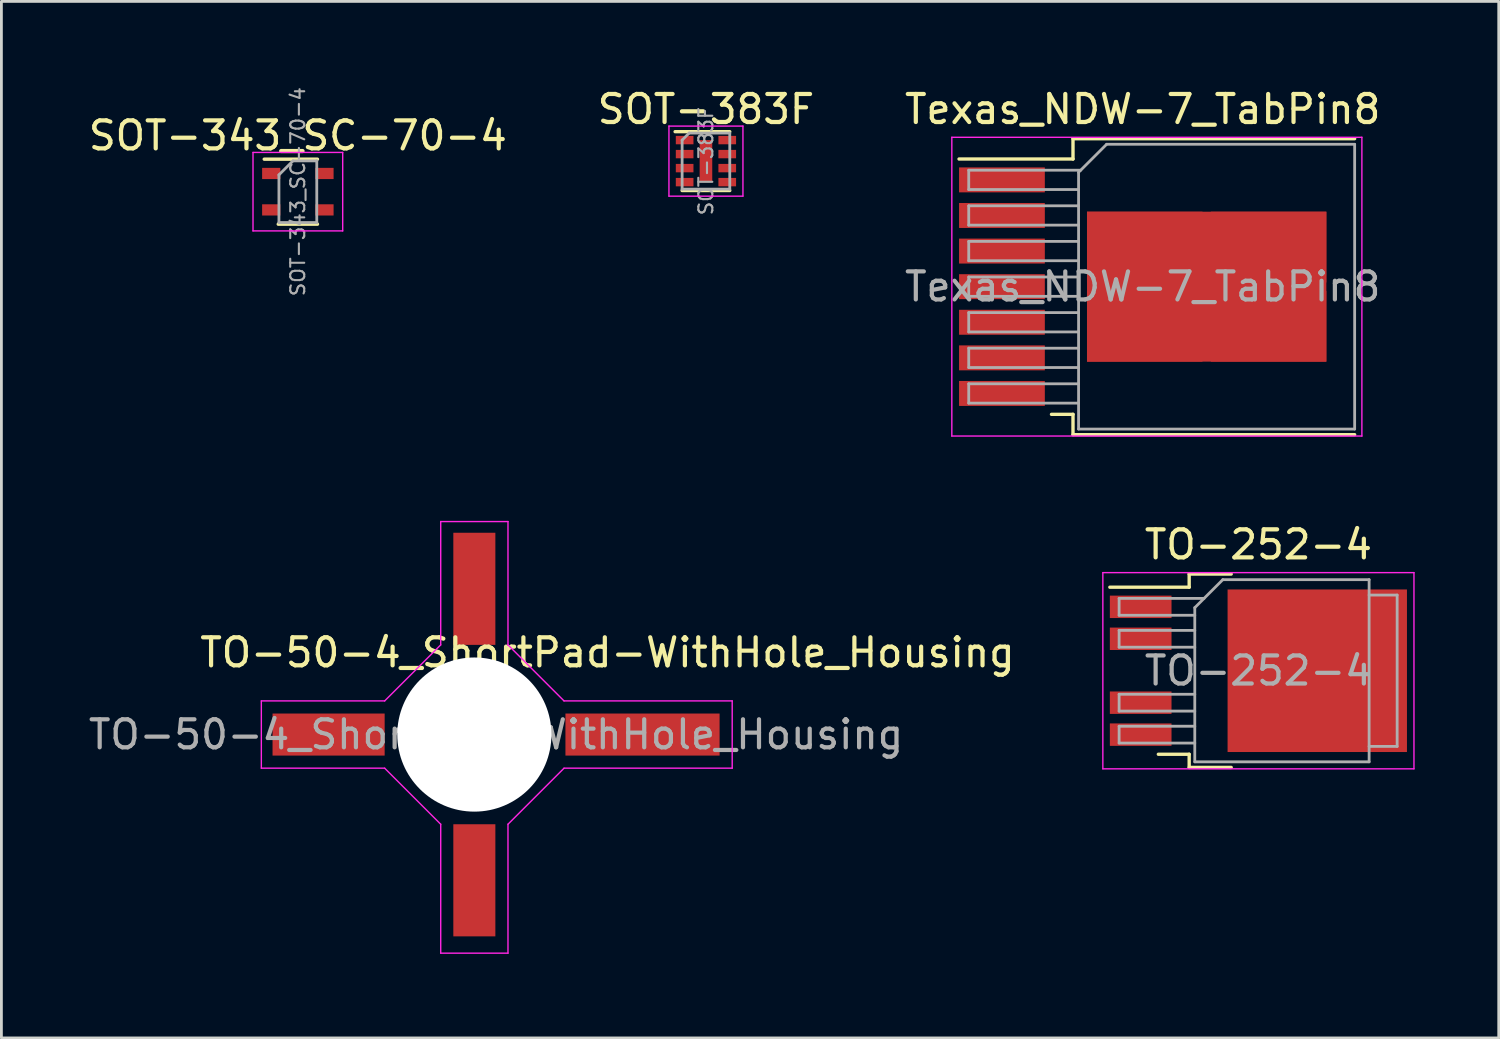
<source format=kicad_pcb>
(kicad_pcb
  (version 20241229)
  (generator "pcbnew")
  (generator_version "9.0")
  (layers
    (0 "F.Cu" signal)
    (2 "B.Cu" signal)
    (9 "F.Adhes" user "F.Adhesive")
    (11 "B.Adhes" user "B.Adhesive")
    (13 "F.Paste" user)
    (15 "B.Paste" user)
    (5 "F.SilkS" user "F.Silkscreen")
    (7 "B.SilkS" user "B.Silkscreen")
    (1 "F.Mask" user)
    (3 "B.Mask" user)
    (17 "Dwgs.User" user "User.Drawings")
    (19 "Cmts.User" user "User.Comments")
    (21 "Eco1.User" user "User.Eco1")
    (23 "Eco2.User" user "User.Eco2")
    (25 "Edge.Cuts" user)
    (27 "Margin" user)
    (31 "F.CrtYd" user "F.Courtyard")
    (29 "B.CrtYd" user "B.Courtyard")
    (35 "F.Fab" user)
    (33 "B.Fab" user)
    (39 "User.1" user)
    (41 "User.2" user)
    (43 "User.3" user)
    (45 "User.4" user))
  (footprint "TO-50-4_ShortPad-WithHole_Housing"
    (layer "F.Cu")
    (at 14.274 23.158)
    (property "Reference" "TO-50-4_ShortPad-WithHole_Housing" (at 4.35 -2.925 0) (layer "F.SilkS") (effects (font (size 1 1) (thickness 0.15))))
    (attr smd)
    (fp_line (start -8 -1.2) (end -3.6 -1.2) (stroke (width 0.05) (type solid)) (layer "F.CrtYd"))
    (fp_line (start -8 1.2) (end -8 -1.2) (stroke (width 0.05) (type solid)) (layer "F.CrtYd"))
    (fp_line (start -3.6 -1.2) (end -1.6 -3.2) (stroke (width 0.05) (type solid)) (layer "F.CrtYd"))
    (fp_line (start -3.6 1.2) (end -8 1.2) (stroke (width 0.05) (type solid)) (layer "F.CrtYd"))
    (fp_line (start -1.6 -7.6) (end 0.8 -7.6) (stroke (width 0.05) (type solid)) (layer "F.CrtYd"))
    (fp_line (start -1.6 -3.2) (end -1.6 -7.6) (stroke (width 0.05) (type solid)) (layer "F.CrtYd"))
    (fp_line (start -1.6 3.2) (end -3.6 1.2) (stroke (width 0.05) (type solid)) (layer "F.CrtYd"))
    (fp_line (start -1.6 7.8) (end -1.6 3.2) (stroke (width 0.05) (type solid)) (layer "F.CrtYd"))
    (fp_line (start 0.8 -7.6) (end 0.8 -3.2) (stroke (width 0.05) (type solid)) (layer "F.CrtYd"))
    (fp_line (start 0.8 -3.2) (end 2.8 -1.2) (stroke (width 0.05) (type solid)) (layer "F.CrtYd"))
    (fp_line (start 0.8 3.2) (end 0.8 7.8) (stroke (width 0.05) (type solid)) (layer "F.CrtYd"))
    (fp_line (start 0.8 7.8) (end -1.6 7.8) (stroke (width 0.05) (type solid)) (layer "F.CrtYd"))
    (fp_line (start 2.8 -1.2) (end 8.8 -1.2) (stroke (width 0.05) (type solid)) (layer "F.CrtYd"))
    (fp_line (start 2.8 1.2) (end 0.8 3.2) (stroke (width 0.05) (type solid)) (layer "F.CrtYd"))
    (fp_line (start 8.8 -1.2) (end 8.8 1.2) (stroke (width 0.05) (type solid)) (layer "F.CrtYd"))
    (fp_line (start 8.8 1.2) (end 2.8 1.2) (stroke (width 0.05) (type solid)) (layer "F.CrtYd"))
    (fp_circle (center -0.4 0) (end -0.35 -2.55) (stroke (width 0.1) (type solid)) (fill no) (layer "F.Fab"))
    (fp_text user "${REFERENCE}" (at 0.375 0 0) (layer "F.Fab") (effects (font (size 1 1) (thickness 0.15))))
    (pad "" np_thru_hole circle (at -0.4 0 270) (size 5.5 5.5) (drill 5.5) (layers "*.Cu" "*.Mask"))
    (pad "1" smd rect (at -5.6 0 270) (size 1.5 4) (layers "F.Cu" "F.Mask" "F.Paste"))
    (pad "2" smd rect (at -0.4 5.2 270) (size 4 1.5) (layers "F.Cu" "F.Mask" "F.Paste"))
    (pad "3" smd rect (at 5.6 0 270) (size 1.5 5.5) (layers "F.Cu" "F.Mask" "F.Paste"))
    (pad "4" smd rect (at -0.4 -5.2 270) (size 4 1.5) (layers "F.Cu" "F.Mask" "F.Paste")))
  (footprint "TO-252-4"
    (layer "F.Cu")
    (at 41.848 20.881)
    (property "Reference" "TO-252-4" (at 0 -4.5 0) (layer "F.SilkS") (effects (font (size 1 1) (thickness 0.15))))
    (attr smd)
    (fp_line (start -2.47 -3.45) (end -2.47 -2.98) (stroke (width 0.12) (type solid)) (layer "F.SilkS"))
    (fp_line (start -2.47 -2.98) (end -5.3 -2.98) (stroke (width 0.12) (type solid)) (layer "F.SilkS"))
    (fp_line (start -2.47 2.98) (end -3.57 2.98) (stroke (width 0.12) (type solid)) (layer "F.SilkS"))
    (fp_line (start -2.47 3.45) (end -2.47 2.98) (stroke (width 0.12) (type solid)) (layer "F.SilkS"))
    (fp_line (start -0.97 -3.45) (end -2.47 -3.45) (stroke (width 0.12) (type solid)) (layer "F.SilkS"))
    (fp_line (start -0.97 3.45) (end -2.47 3.45) (stroke (width 0.12) (type solid)) (layer "F.SilkS"))
    (fp_line (start -5.55 -3.5) (end -5.55 3.5) (stroke (width 0.05) (type solid)) (layer "F.CrtYd"))
    (fp_line (start -5.55 3.5) (end 5.55 3.5) (stroke (width 0.05) (type solid)) (layer "F.CrtYd"))
    (fp_line (start 5.55 -3.5) (end -5.55 -3.5) (stroke (width 0.05) (type solid)) (layer "F.CrtYd"))
    (fp_line (start 5.55 3.5) (end 5.55 -3.5) (stroke (width 0.05) (type solid)) (layer "F.CrtYd"))
    (fp_line (start -4.97 -2.58) (end -4.97 -1.98) (stroke (width 0.1) (type solid)) (layer "F.Fab"))
    (fp_line (start -4.97 -1.98) (end -2.27 -1.98) (stroke (width 0.1) (type solid)) (layer "F.Fab"))
    (fp_line (start -4.97 -1.44) (end -4.97 -0.84) (stroke (width 0.1) (type solid)) (layer "F.Fab"))
    (fp_line (start -4.97 -0.84) (end -2.27 -0.84) (stroke (width 0.1) (type solid)) (layer "F.Fab"))
    (fp_line (start -4.97 0.84) (end -4.97 1.44) (stroke (width 0.1) (type solid)) (layer "F.Fab"))
    (fp_line (start -4.97 1.44) (end -2.27 1.44) (stroke (width 0.1) (type solid)) (layer "F.Fab"))
    (fp_line (start -4.97 1.98) (end -4.97 2.58) (stroke (width 0.1) (type solid)) (layer "F.Fab"))
    (fp_line (start -4.97 2.58) (end -2.27 2.58) (stroke (width 0.1) (type solid)) (layer "F.Fab"))
    (fp_line (start -2.27 -2.25) (end -1.27 -3.25) (stroke (width 0.1) (type solid)) (layer "F.Fab"))
    (fp_line (start -2.27 -1.44) (end -4.97 -1.44) (stroke (width 0.1) (type solid)) (layer "F.Fab"))
    (fp_line (start -2.27 0.84) (end -4.97 0.84) (stroke (width 0.1) (type solid)) (layer "F.Fab"))
    (fp_line (start -2.27 1.98) (end -4.97 1.98) (stroke (width 0.1) (type solid)) (layer "F.Fab"))
    (fp_line (start -2.27 3.25) (end -2.27 -2.25) (stroke (width 0.1) (type solid)) (layer "F.Fab"))
    (fp_line (start -1.94 -2.58) (end -4.97 -2.58) (stroke (width 0.1) (type solid)) (layer "F.Fab"))
    (fp_line (start -1.27 -3.25) (end 3.95 -3.25) (stroke (width 0.1) (type solid)) (layer "F.Fab"))
    (fp_line (start 3.95 -3.25) (end 3.95 3.25) (stroke (width 0.1) (type solid)) (layer "F.Fab"))
    (fp_line (start 3.95 -2.7) (end 4.95 -2.7) (stroke (width 0.1) (type solid)) (layer "F.Fab"))
    (fp_line (start 3.95 3.25) (end -2.27 3.25) (stroke (width 0.1) (type solid)) (layer "F.Fab"))
    (fp_line (start 4.95 -2.7) (end 4.95 2.7) (stroke (width 0.1) (type solid)) (layer "F.Fab"))
    (fp_line (start 4.95 2.7) (end 3.95 2.7) (stroke (width 0.1) (type solid)) (layer "F.Fab"))
    (fp_text user "${REFERENCE}" (at 0 0 0) (layer "F.Fab") (effects (font (size 1 1) (thickness 0.15))))
    (pad "" smd rect (at 0.425 -1.525) (size 3.05 2.75) (layers "F.Paste"))
    (pad "" smd rect (at 0.425 1.525) (size 3.05 2.75) (layers "F.Paste"))
    (pad "" smd rect (at 3.775 -1.525) (size 3.05 2.75) (layers "F.Paste"))
    (pad "" smd rect (at 3.775 1.525) (size 3.05 2.75) (layers "F.Paste"))
    (pad "1" smd rect (at -4.2 -2.28) (size 2.2 0.8) (layers "F.Cu" "F.Mask" "F.Paste"))
    (pad "2" smd rect (at -4.2 -1.14) (size 2.2 0.8) (layers "F.Cu" "F.Mask" "F.Paste"))
    (pad "3" smd rect (at 2.1 0) (size 6.4 5.8) (layers "F.Cu" "F.Mask"))
    (pad "4" smd rect (at -4.2 1.14) (size 2.2 0.8) (layers "F.Cu" "F.Mask" "F.Paste"))
    (pad "5" smd rect (at -4.2 2.28) (size 2.2 0.8) (layers "F.Cu" "F.Mask" "F.Paste")))
  (footprint "SOT-343_SC-70-4"
    (layer "F.Cu")
    (at 7.577 3.789)
    (property "Reference" "SOT-343_SC-70-4" (at 0 -2 0) (layer "F.SilkS") (effects (font (size 1 1) (thickness 0.15))))
    (attr smd)
    (fp_line (start -0.7 1.16) (end 0.7 1.16) (stroke (width 0.12) (type solid)) (layer "F.SilkS"))
    (fp_line (start 0.7 -1.16) (end -1.2 -1.16) (stroke (width 0.12) (type solid)) (layer "F.SilkS"))
    (fp_line (start -1.6 -1.4) (end -1.6 1.4) (stroke (width 0.05) (type solid)) (layer "F.CrtYd"))
    (fp_line (start -1.6 -1.4) (end 1.6 -1.4) (stroke (width 0.05) (type solid)) (layer "F.CrtYd"))
    (fp_line (start -1.6 1.4) (end 1.6 1.4) (stroke (width 0.05) (type solid)) (layer "F.CrtYd"))
    (fp_line (start 1.6 1.4) (end 1.6 -1.4) (stroke (width 0.05) (type solid)) (layer "F.CrtYd"))
    (fp_line (start -0.675 -0.6) (end -0.675 1.1) (stroke (width 0.1) (type solid)) (layer "F.Fab"))
    (fp_line (start -0.175 -1.1) (end -0.675 -0.6) (stroke (width 0.1) (type solid)) (layer "F.Fab"))
    (fp_line (start 0.675 -1.1) (end -0.175 -1.1) (stroke (width 0.1) (type solid)) (layer "F.Fab"))
    (fp_line (start 0.675 -1.1) (end 0.675 1.1) (stroke (width 0.1) (type solid)) (layer "F.Fab"))
    (fp_line (start 0.675 1.1) (end -0.675 1.1) (stroke (width 0.1) (type solid)) (layer "F.Fab"))
    (fp_text user "${REFERENCE}" (at 0 0 90) (layer "F.Fab") (effects (font (size 0.5 0.5) (thickness 0.075))))
    (pad "1" smd rect (at -0.95 -0.65) (size 0.65 0.4) (layers "F.Cu" "F.Mask" "F.Paste"))
    (pad "2" smd rect (at -0.95 0.65) (size 0.65 0.4) (layers "F.Cu" "F.Mask" "F.Paste"))
    (pad "3" smd rect (at 0.95 0.65) (size 0.65 0.4) (layers "F.Cu" "F.Mask" "F.Paste"))
    (pad "4" smd rect (at 0.95 -0.65) (size 0.65 0.4) (layers "F.Cu" "F.Mask" "F.Paste")))
  (footprint "SOT-383F"
    (layer "F.Cu")
    (at 22.137 2.698)
    (property "Reference" "SOT-383F" (at 0 -1.85 0) (layer "F.SilkS") (effects (font (size 1 1) (thickness 0.15))))
    (attr smd)
    (fp_line (start -0.85 1.05) (end 0.85 1.05) (stroke (width 0.12) (type solid)) (layer "F.SilkS"))
    (fp_line (start 0.85 -1.05) (end -1.1 -1.05) (stroke (width 0.12) (type solid)) (layer "F.SilkS"))
    (fp_line (start -1.32 -1.25) (end -1.32 1.25) (stroke (width 0.05) (type solid)) (layer "F.CrtYd"))
    (fp_line (start -1.32 -1.25) (end 1.32 -1.25) (stroke (width 0.05) (type solid)) (layer "F.CrtYd"))
    (fp_line (start 1.32 1.25) (end -1.32 1.25) (stroke (width 0.05) (type solid)) (layer "F.CrtYd"))
    (fp_line (start 1.32 1.25) (end 1.32 -1.25) (stroke (width 0.05) (type solid)) (layer "F.CrtYd"))
    (fp_line (start -0.85 -0.75) (end -0.85 1) (stroke (width 0.1) (type solid)) (layer "F.Fab"))
    (fp_line (start -0.85 -0.75) (end -0.6 -1) (stroke (width 0.1) (type solid)) (layer "F.Fab"))
    (fp_line (start -0.85 1) (end 0.85 1) (stroke (width 0.1) (type solid)) (layer "F.Fab"))
    (fp_line (start -0.6 -1) (end 0.85 -1) (stroke (width 0.1) (type solid)) (layer "F.Fab"))
    (fp_line (start 0.85 1) (end 0.85 -1) (stroke (width 0.1) (type solid)) (layer "F.Fab"))
    (fp_text user "${REFERENCE}" (at 0 0 90) (layer "F.Fab") (effects (font (size 0.5 0.5) (thickness 0.075))))
    (pad "1" smd rect (at -0.76 -0.75) (size 0.63 0.3) (layers "F.Cu" "F.Mask" "F.Paste"))
    (pad "2" smd rect (at -0.76 -0.25) (size 0.63 0.3) (layers "F.Cu" "F.Mask" "F.Paste"))
    (pad "3" smd rect (at -0.76 0.25) (size 0.63 0.3) (layers "F.Cu" "F.Mask" "F.Paste"))
    (pad "4" smd rect (at -0.76 0.75) (size 0.63 0.3) (layers "F.Cu" "F.Mask" "F.Paste"))
    (pad "5" smd rect (at 0.76 0.75) (size 0.63 0.3) (layers "F.Cu" "F.Mask" "F.Paste"))
    (pad "6" smd rect (at 0.76 0.25) (size 0.63 0.3) (layers "F.Cu" "F.Mask" "F.Paste"))
    (pad "7" smd rect (at 0.76 -0.25) (size 0.63 0.3) (layers "F.Cu" "F.Mask" "F.Paste"))
    (pad "8" smd rect (at 0.76 -0.75) (size 0.63 0.3) (layers "F.Cu" "F.Mask" "F.Paste"))
    (pad "9" smd rect (at 0 0) (size 0.45 1.5) (layers "F.Cu" "F.Mask" "F.Paste")))
  (footprint "Texas_NDW-7_TabPin8"
    (layer "F.Cu")
    (at 37.72 7.178)
    (property "Reference" "Texas_NDW-7_TabPin8" (at 0 -6.33 0) (layer "F.SilkS") (effects (font (size 1 1) (thickness 0.15))))
    (attr smd)
    (fp_line (start -2.487 -5.28) (end -2.487 -4.555) (stroke (width 0.12) (type solid)) (layer "F.SilkS"))
    (fp_line (start -2.487 -4.555) (end -6.553 -4.555) (stroke (width 0.12) (type solid)) (layer "F.SilkS"))
    (fp_line (start -2.487 4.555) (end -3.255 4.555) (stroke (width 0.12) (type solid)) (layer "F.SilkS"))
    (fp_line (start -2.487 5.28) (end -2.487 4.555) (stroke (width 0.12) (type solid)) (layer "F.SilkS"))
    (fp_line (start 7.562 -5.28) (end -2.487 -5.28) (stroke (width 0.12) (type solid)) (layer "F.SilkS"))
    (fp_line (start 7.562 5.28) (end -2.487 5.28) (stroke (width 0.12) (type solid)) (layer "F.SilkS"))
    (fp_line (start -6.81 -5.33) (end -6.81 5.33) (stroke (width 0.05) (type solid)) (layer "F.CrtYd"))
    (fp_line (start -6.81 5.33) (end 7.82 5.33) (stroke (width 0.05) (type solid)) (layer "F.CrtYd"))
    (fp_line (start 7.82 -5.33) (end -6.81 -5.33) (stroke (width 0.05) (type solid)) (layer "F.CrtYd"))
    (fp_line (start 7.82 5.33) (end 7.82 -5.33) (stroke (width 0.05) (type solid)) (layer "F.CrtYd"))
    (fp_line (start -6.207 -4.155) (end -6.207 -3.465) (stroke (width 0.1) (type solid)) (layer "F.Fab"))
    (fp_line (start -6.207 -3.465) (end -2.288 -3.465) (stroke (width 0.1) (type solid)) (layer "F.Fab"))
    (fp_line (start -6.207 -2.885) (end -6.207 -2.195) (stroke (width 0.1) (type solid)) (layer "F.Fab"))
    (fp_line (start -6.207 -2.195) (end -2.288 -2.195) (stroke (width 0.1) (type solid)) (layer "F.Fab"))
    (fp_line (start -6.207 -1.615) (end -6.207 -0.925) (stroke (width 0.1) (type solid)) (layer "F.Fab"))
    (fp_line (start -6.207 -0.925) (end -2.288 -0.925) (stroke (width 0.1) (type solid)) (layer "F.Fab"))
    (fp_line (start -6.207 -0.345) (end -6.207 0.345) (stroke (width 0.1) (type solid)) (layer "F.Fab"))
    (fp_line (start -6.207 0.345) (end -2.288 0.345) (stroke (width 0.1) (type solid)) (layer "F.Fab"))
    (fp_line (start -6.207 0.925) (end -6.207 1.615) (stroke (width 0.1) (type solid)) (layer "F.Fab"))
    (fp_line (start -6.207 1.615) (end -2.288 1.615) (stroke (width 0.1) (type solid)) (layer "F.Fab"))
    (fp_line (start -6.207 2.195) (end -6.207 2.885) (stroke (width 0.1) (type solid)) (layer "F.Fab"))
    (fp_line (start -6.207 2.885) (end -2.288 2.885) (stroke (width 0.1) (type solid)) (layer "F.Fab"))
    (fp_line (start -6.207 3.465) (end -6.207 4.155) (stroke (width 0.1) (type solid)) (layer "F.Fab"))
    (fp_line (start -6.207 4.155) (end -2.288 4.155) (stroke (width 0.1) (type solid)) (layer "F.Fab"))
    (fp_line (start -2.288 -4.08) (end -1.288 -5.08) (stroke (width 0.1) (type solid)) (layer "F.Fab"))
    (fp_line (start -2.288 -2.885) (end -6.207 -2.885) (stroke (width 0.1) (type solid)) (layer "F.Fab"))
    (fp_line (start -2.288 -1.615) (end -6.207 -1.615) (stroke (width 0.1) (type solid)) (layer "F.Fab"))
    (fp_line (start -2.288 -0.345) (end -6.207 -0.345) (stroke (width 0.1) (type solid)) (layer "F.Fab"))
    (fp_line (start -2.288 0.925) (end -6.207 0.925) (stroke (width 0.1) (type solid)) (layer "F.Fab"))
    (fp_line (start -2.288 2.195) (end -6.207 2.195) (stroke (width 0.1) (type solid)) (layer "F.Fab"))
    (fp_line (start -2.288 3.465) (end -6.207 3.465) (stroke (width 0.1) (type solid)) (layer "F.Fab"))
    (fp_line (start -2.288 5.08) (end -2.288 -4.08) (stroke (width 0.1) (type solid)) (layer "F.Fab"))
    (fp_line (start -2.212 -4.155) (end -6.207 -4.155) (stroke (width 0.1) (type solid)) (layer "F.Fab"))
    (fp_line (start -1.288 -5.08) (end 7.562 -5.08) (stroke (width 0.1) (type solid)) (layer "F.Fab"))
    (fp_line (start 7.562 -5.08) (end 7.562 5.08) (stroke (width 0.1) (type solid)) (layer "F.Fab"))
    (fp_line (start 7.562 5.08) (end -2.288 5.08) (stroke (width 0.1) (type solid)) (layer "F.Fab"))
    (fp_text user "${REFERENCE}" (at 0 0 0) (layer "F.Fab") (effects (font (size 1 1) (thickness 0.15))))
    (pad "1" smd rect (at -5.022 -3.81) (size 3.06 0.89) (layers "F.Cu" "F.Mask" "F.Paste"))
    (pad "2" smd rect (at -5.022 -2.54) (size 3.06 0.89) (layers "F.Cu" "F.Mask" "F.Paste"))
    (pad "3" smd rect (at -5.022 -1.27) (size 3.06 0.89) (layers "F.Cu" "F.Mask" "F.Paste"))
    (pad "4" smd rect (at -5.022 0) (size 3.06 0.89) (layers "F.Cu" "F.Mask" "F.Paste"))
    (pad "5" smd rect (at -5.022 1.27) (size 3.06 0.89) (layers "F.Cu" "F.Mask" "F.Paste"))
    (pad "6" smd rect (at -5.022 2.54) (size 3.06 0.89) (layers "F.Cu" "F.Mask" "F.Paste"))
    (pad "7" smd rect (at -5.022 3.81) (size 3.06 0.89) (layers "F.Cu" "F.Mask" "F.Paste"))
    (pad "8" smd rect (at 0.072 -1.413) (size 4.12 2.525) (layers "F.Cu" "F.Paste"))
    (pad "8" smd rect (at 0.072 1.413) (size 4.12 2.525) (layers "F.Cu" "F.Paste"))
    (pad "8" smd rect (at 2.283 0) (size 8.54 5.35) (layers "F.Cu" "F.Mask"))
    (pad "8" smd rect (at 4.492 -1.413) (size 4.12 2.525) (layers "F.Cu" "F.Paste"))
    (pad "8" smd rect (at 4.492 1.413) (size 4.12 2.525) (layers "F.Cu" "F.Paste")))
  (gr_rect
    (start -3 -3)
    (end 50.423 33.983)
    (stroke (width 0.1) (type default))
    (fill no)
    (layer "Edge.Cuts")))
</source>
